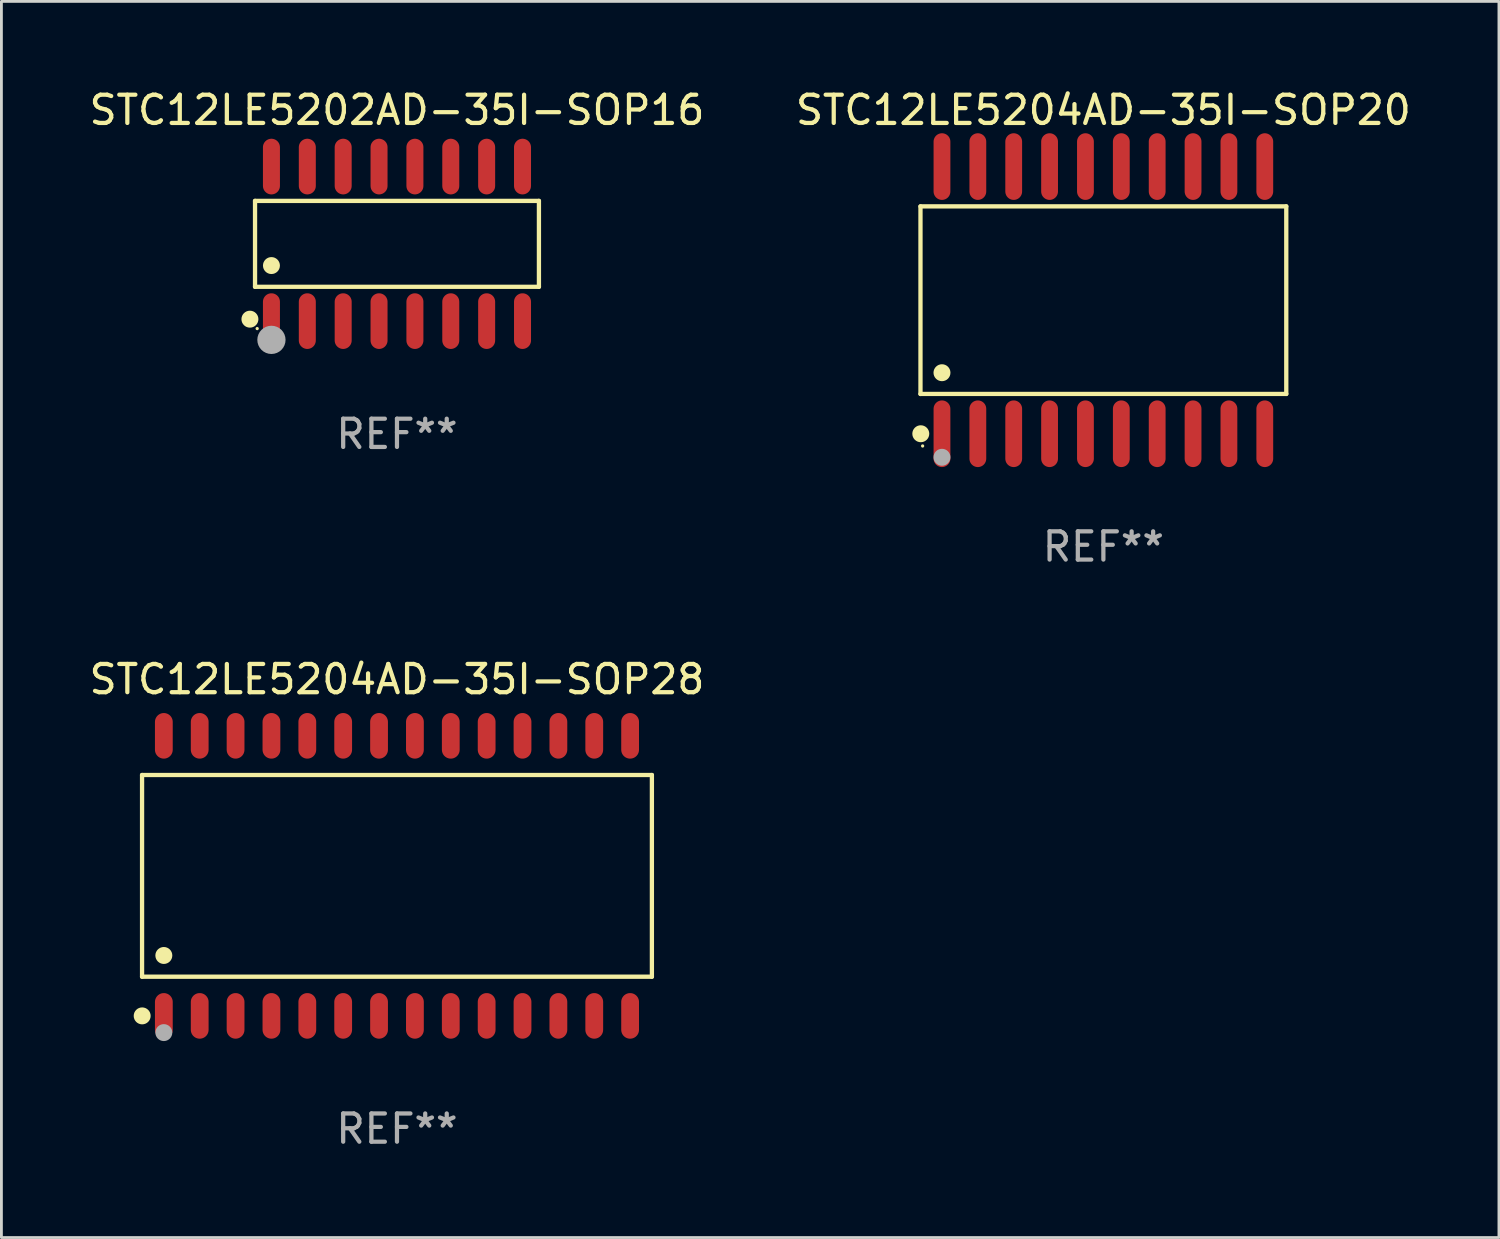
<source format=kicad_pcb>
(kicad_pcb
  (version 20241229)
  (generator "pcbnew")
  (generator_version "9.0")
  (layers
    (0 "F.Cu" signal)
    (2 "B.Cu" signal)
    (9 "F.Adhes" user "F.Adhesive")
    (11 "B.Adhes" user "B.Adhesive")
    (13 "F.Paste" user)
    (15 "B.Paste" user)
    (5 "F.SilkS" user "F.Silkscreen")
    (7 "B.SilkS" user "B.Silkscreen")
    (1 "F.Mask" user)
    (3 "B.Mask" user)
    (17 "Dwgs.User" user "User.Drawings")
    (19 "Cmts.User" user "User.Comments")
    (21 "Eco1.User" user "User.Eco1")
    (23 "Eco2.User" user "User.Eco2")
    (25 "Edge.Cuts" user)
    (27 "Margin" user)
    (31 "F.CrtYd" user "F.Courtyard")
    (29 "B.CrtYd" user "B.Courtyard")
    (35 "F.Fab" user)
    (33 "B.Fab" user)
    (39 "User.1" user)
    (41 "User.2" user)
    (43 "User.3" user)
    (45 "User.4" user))
  (footprint "STC12LE5204AD-35I-SOP28"
    (layer "F.Cu")
    (at 11.006 27.962)
    (property "Reference" "STC12LE5204AD-35I-SOP28" (at 0 -6.958 0) (layer "F.SilkS") (effects (font (size 1 1) (thickness 0.15))))
    (attr through_hole)
    (fp_line (start -9.026 -3.571) (end 9.026 -3.571) (stroke (width 0.152) (type solid)) (layer "F.SilkS"))
    (fp_line (start -9.026 3.571) (end -9.026 -3.571) (stroke (width 0.152) (type solid)) (layer "F.SilkS"))
    (fp_line (start 9.026 -3.571) (end 9.026 3.571) (stroke (width 0.152) (type solid)) (layer "F.SilkS"))
    (fp_line (start 9.026 3.571) (end -9.026 3.571) (stroke (width 0.152) (type solid)) (layer "F.SilkS"))
    (fp_circle (center -9.022 4.958) (end -8.872 4.958) (stroke (width 0.3) (type solid)) (fill no) (layer "F.SilkS"))
    (fp_circle (center -8.95 5.15) (end -8.92 5.15) (stroke (width 0.06) (type solid)) (fill no) (layer "F.SilkS"))
    (fp_circle (center -8.255 2.819) (end -8.105 2.819) (stroke (width 0.3) (type solid)) (fill no) (layer "F.SilkS"))
    (fp_circle (center -8.255 5.55) (end -8.105 5.55) (stroke (width 0.3) (type solid)) (fill no) (layer "F.Fab"))
    (fp_text user "REF**" (at 0 8.958 0) (layer "F.Fab") (effects (font (size 1 1) (thickness 0.15))))
    (pad "1" smd oval (at -8.255 4.958) (size 0.63 1.615) (layers "F.Cu" "F.Mask" "F.Paste"))
    (pad "2" smd oval (at -6.985 4.958) (size 0.63 1.615) (layers "F.Cu" "F.Mask" "F.Paste"))
    (pad "3" smd oval (at -5.715 4.958) (size 0.63 1.615) (layers "F.Cu" "F.Mask" "F.Paste"))
    (pad "4" smd oval (at -4.445 4.958) (size 0.63 1.615) (layers "F.Cu" "F.Mask" "F.Paste"))
    (pad "5" smd oval (at -3.175 4.958) (size 0.63 1.615) (layers "F.Cu" "F.Mask" "F.Paste"))
    (pad "6" smd oval (at -1.905 4.958) (size 0.63 1.615) (layers "F.Cu" "F.Mask" "F.Paste"))
    (pad "7" smd oval (at -0.635 4.958) (size 0.63 1.615) (layers "F.Cu" "F.Mask" "F.Paste"))
    (pad "8" smd oval (at 0.635 4.958) (size 0.63 1.615) (layers "F.Cu" "F.Mask" "F.Paste"))
    (pad "9" smd oval (at 1.905 4.958) (size 0.63 1.615) (layers "F.Cu" "F.Mask" "F.Paste"))
    (pad "10" smd oval (at 3.175 4.958) (size 0.63 1.615) (layers "F.Cu" "F.Mask" "F.Paste"))
    (pad "11" smd oval (at 4.445 4.958) (size 0.63 1.615) (layers "F.Cu" "F.Mask" "F.Paste"))
    (pad "12" smd oval (at 5.715 4.958) (size 0.63 1.615) (layers "F.Cu" "F.Mask" "F.Paste"))
    (pad "13" smd oval (at 6.985 4.958) (size 0.63 1.615) (layers "F.Cu" "F.Mask" "F.Paste"))
    (pad "14" smd oval (at 8.255 4.958) (size 0.63 1.615) (layers "F.Cu" "F.Mask" "F.Paste"))
    (pad "15" smd oval (at 8.255 -4.958) (size 0.63 1.615) (layers "F.Cu" "F.Mask" "F.Paste"))
    (pad "16" smd oval (at 6.985 -4.958) (size 0.63 1.615) (layers "F.Cu" "F.Mask" "F.Paste"))
    (pad "17" smd oval (at 5.715 -4.958) (size 0.63 1.615) (layers "F.Cu" "F.Mask" "F.Paste"))
    (pad "18" smd oval (at 4.445 -4.958) (size 0.63 1.615) (layers "F.Cu" "F.Mask" "F.Paste"))
    (pad "19" smd oval (at 3.175 -4.958) (size 0.63 1.615) (layers "F.Cu" "F.Mask" "F.Paste"))
    (pad "20" smd oval (at 1.905 -4.958) (size 0.63 1.615) (layers "F.Cu" "F.Mask" "F.Paste"))
    (pad "21" smd oval (at 0.635 -4.958) (size 0.63 1.615) (layers "F.Cu" "F.Mask" "F.Paste"))
    (pad "22" smd oval (at -0.635 -4.958) (size 0.63 1.615) (layers "F.Cu" "F.Mask" "F.Paste"))
    (pad "23" smd oval (at -1.905 -4.958) (size 0.63 1.615) (layers "F.Cu" "F.Mask" "F.Paste"))
    (pad "24" smd oval (at -3.175 -4.958) (size 0.63 1.615) (layers "F.Cu" "F.Mask" "F.Paste"))
    (pad "25" smd oval (at -4.445 -4.958) (size 0.63 1.615) (layers "F.Cu" "F.Mask" "F.Paste"))
    (pad "26" smd oval (at -5.715 -4.958) (size 0.63 1.615) (layers "F.Cu" "F.Mask" "F.Paste"))
    (pad "27" smd oval (at -6.985 -4.958) (size 0.63 1.615) (layers "F.Cu" "F.Mask" "F.Paste"))
    (pad "28" smd oval (at -8.255 -4.958) (size 0.63 1.615) (layers "F.Cu" "F.Mask" "F.Paste")))
  (footprint "STC12LE5202AD-35I-SOP16"
    (layer "F.Cu")
    (at 11.006 5.584)
    (property "Reference" "STC12LE5202AD-35I-SOP16" (at 0 -4.736 0) (layer "F.SilkS") (effects (font (size 1 1) (thickness 0.15))))
    (attr through_hole)
    (fp_line (start -5.026 -1.521) (end 5.026 -1.521) (stroke (width 0.152) (type solid)) (layer "F.SilkS"))
    (fp_line (start -5.026 1.521) (end -5.026 -1.521) (stroke (width 0.152) (type solid)) (layer "F.SilkS"))
    (fp_line (start 5.026 -1.521) (end 5.026 1.521) (stroke (width 0.152) (type solid)) (layer "F.SilkS"))
    (fp_line (start 5.026 1.521) (end -5.026 1.521) (stroke (width 0.152) (type solid)) (layer "F.SilkS"))
    (fp_circle (center -5.207 2.667) (end -5.057 2.667) (stroke (width 0.3) (type solid)) (fill no) (layer "F.SilkS"))
    (fp_circle (center -4.95 3) (end -4.92 3) (stroke (width 0.06) (type solid)) (fill no) (layer "F.SilkS"))
    (fp_circle (center -4.445 0.769) (end -4.295 0.769) (stroke (width 0.3) (type solid)) (fill no) (layer "F.SilkS"))
    (fp_circle (center -4.445 3.4) (end -4.195 3.4) (stroke (width 0.5) (type solid)) (fill no) (layer "F.Fab"))
    (fp_text user "REF**" (at 0 6.736 0) (layer "F.Fab") (effects (font (size 1 1) (thickness 0.15))))
    (pad "1" smd oval (at -4.445 2.736) (size 0.602 1.971) (layers "F.Cu" "F.Mask" "F.Paste"))
    (pad "2" smd oval (at -3.175 2.736) (size 0.602 1.971) (layers "F.Cu" "F.Mask" "F.Paste"))
    (pad "3" smd oval (at -1.905 2.736) (size 0.602 1.971) (layers "F.Cu" "F.Mask" "F.Paste"))
    (pad "4" smd oval (at -0.635 2.736) (size 0.602 1.971) (layers "F.Cu" "F.Mask" "F.Paste"))
    (pad "5" smd oval (at 0.635 2.736) (size 0.602 1.971) (layers "F.Cu" "F.Mask" "F.Paste"))
    (pad "6" smd oval (at 1.905 2.736) (size 0.602 1.971) (layers "F.Cu" "F.Mask" "F.Paste"))
    (pad "7" smd oval (at 3.175 2.736) (size 0.602 1.971) (layers "F.Cu" "F.Mask" "F.Paste"))
    (pad "8" smd oval (at 4.445 2.736) (size 0.602 1.971) (layers "F.Cu" "F.Mask" "F.Paste"))
    (pad "9" smd oval (at 4.445 -2.736) (size 0.602 1.971) (layers "F.Cu" "F.Mask" "F.Paste"))
    (pad "10" smd oval (at 3.175 -2.736) (size 0.602 1.971) (layers "F.Cu" "F.Mask" "F.Paste"))
    (pad "11" smd oval (at 1.905 -2.736) (size 0.602 1.971) (layers "F.Cu" "F.Mask" "F.Paste"))
    (pad "12" smd oval (at 0.635 -2.736) (size 0.602 1.971) (layers "F.Cu" "F.Mask" "F.Paste"))
    (pad "13" smd oval (at -0.635 -2.736) (size 0.602 1.971) (layers "F.Cu" "F.Mask" "F.Paste"))
    (pad "14" smd oval (at -1.905 -2.736) (size 0.602 1.971) (layers "F.Cu" "F.Mask" "F.Paste"))
    (pad "15" smd oval (at -3.175 -2.736) (size 0.602 1.971) (layers "F.Cu" "F.Mask" "F.Paste"))
    (pad "16" smd oval (at -4.445 -2.736) (size 0.602 1.971) (layers "F.Cu" "F.Mask" "F.Paste")))
  (footprint "STC12LE5204AD-35I-SOP20"
    (layer "F.Cu")
    (at 36.018 7.578)
    (property "Reference" "STC12LE5204AD-35I-SOP20" (at 0 -6.73 0) (layer "F.SilkS") (effects (font (size 1 1) (thickness 0.15))))
    (attr through_hole)
    (fp_line (start -6.476 -3.321) (end 6.476 -3.321) (stroke (width 0.152) (type solid)) (layer "F.SilkS"))
    (fp_line (start -6.476 3.321) (end -6.476 -3.321) (stroke (width 0.152) (type solid)) (layer "F.SilkS"))
    (fp_line (start 6.476 -3.321) (end 6.476 3.321) (stroke (width 0.152) (type solid)) (layer "F.SilkS"))
    (fp_line (start 6.476 3.321) (end -6.476 3.321) (stroke (width 0.152) (type solid)) (layer "F.SilkS"))
    (fp_circle (center -6.465 4.73) (end -6.315 4.73) (stroke (width 0.3) (type solid)) (fill no) (layer "F.SilkS"))
    (fp_circle (center -6.4 5.163) (end -6.37 5.163) (stroke (width 0.06) (type solid)) (fill no) (layer "F.SilkS"))
    (fp_circle (center -5.715 2.569) (end -5.565 2.569) (stroke (width 0.3) (type solid)) (fill no) (layer "F.SilkS"))
    (fp_circle (center -5.715 5.563) (end -5.565 5.563) (stroke (width 0.3) (type solid)) (fill no) (layer "F.Fab"))
    (fp_text user "REF**" (at 0 8.73 0) (layer "F.Fab") (effects (font (size 1 1) (thickness 0.15))))
    (pad "1" smd oval (at -5.715 4.73) (size 0.595 2.36) (layers "F.Cu" "F.Mask" "F.Paste"))
    (pad "2" smd oval (at -4.445 4.73) (size 0.595 2.36) (layers "F.Cu" "F.Mask" "F.Paste"))
    (pad "3" smd oval (at -3.175 4.73) (size 0.595 2.36) (layers "F.Cu" "F.Mask" "F.Paste"))
    (pad "4" smd oval (at -1.905 4.73) (size 0.595 2.36) (layers "F.Cu" "F.Mask" "F.Paste"))
    (pad "5" smd oval (at -0.635 4.73) (size 0.595 2.36) (layers "F.Cu" "F.Mask" "F.Paste"))
    (pad "6" smd oval (at 0.635 4.73) (size 0.595 2.36) (layers "F.Cu" "F.Mask" "F.Paste"))
    (pad "7" smd oval (at 1.905 4.73) (size 0.595 2.36) (layers "F.Cu" "F.Mask" "F.Paste"))
    (pad "8" smd oval (at 3.175 4.73) (size 0.595 2.36) (layers "F.Cu" "F.Mask" "F.Paste"))
    (pad "9" smd oval (at 4.445 4.73) (size 0.595 2.36) (layers "F.Cu" "F.Mask" "F.Paste"))
    (pad "10" smd oval (at 5.715 4.73) (size 0.595 2.36) (layers "F.Cu" "F.Mask" "F.Paste"))
    (pad "11" smd oval (at 5.715 -4.73) (size 0.595 2.36) (layers "F.Cu" "F.Mask" "F.Paste"))
    (pad "12" smd oval (at 4.445 -4.73) (size 0.595 2.36) (layers "F.Cu" "F.Mask" "F.Paste"))
    (pad "13" smd oval (at 3.175 -4.73) (size 0.595 2.36) (layers "F.Cu" "F.Mask" "F.Paste"))
    (pad "14" smd oval (at 1.905 -4.73) (size 0.595 2.36) (layers "F.Cu" "F.Mask" "F.Paste"))
    (pad "15" smd oval (at 0.635 -4.73) (size 0.595 2.36) (layers "F.Cu" "F.Mask" "F.Paste"))
    (pad "16" smd oval (at -0.635 -4.73) (size 0.595 2.36) (layers "F.Cu" "F.Mask" "F.Paste"))
    (pad "17" smd oval (at -1.905 -4.73) (size 0.595 2.36) (layers "F.Cu" "F.Mask" "F.Paste"))
    (pad "18" smd oval (at -3.175 -4.73) (size 0.595 2.36) (layers "F.Cu" "F.Mask" "F.Paste"))
    (pad "19" smd oval (at -4.445 -4.73) (size 0.595 2.36) (layers "F.Cu" "F.Mask" "F.Paste"))
    (pad "20" smd oval (at -5.715 -4.73) (size 0.595 2.36) (layers "F.Cu" "F.Mask" "F.Paste")))
  (gr_rect
    (start -3 -3)
    (end 50.024 40.768)
    (stroke (width 0.1) (type default))
    (fill no)
    (layer "Edge.Cuts")))
</source>
